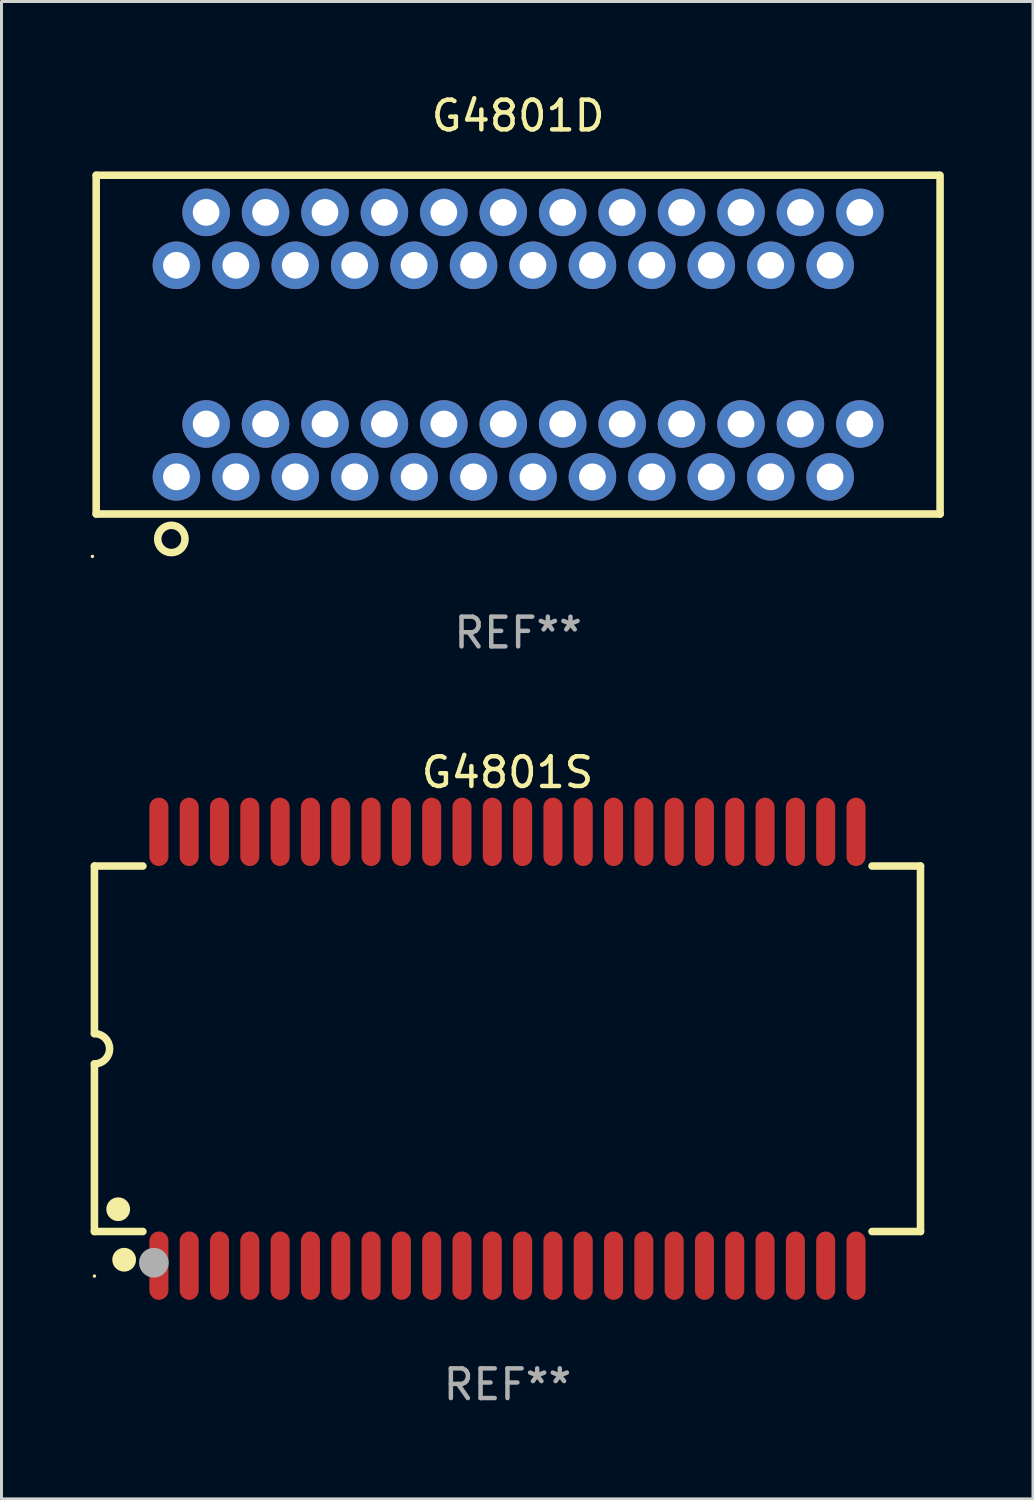
<source format=kicad_pcb>
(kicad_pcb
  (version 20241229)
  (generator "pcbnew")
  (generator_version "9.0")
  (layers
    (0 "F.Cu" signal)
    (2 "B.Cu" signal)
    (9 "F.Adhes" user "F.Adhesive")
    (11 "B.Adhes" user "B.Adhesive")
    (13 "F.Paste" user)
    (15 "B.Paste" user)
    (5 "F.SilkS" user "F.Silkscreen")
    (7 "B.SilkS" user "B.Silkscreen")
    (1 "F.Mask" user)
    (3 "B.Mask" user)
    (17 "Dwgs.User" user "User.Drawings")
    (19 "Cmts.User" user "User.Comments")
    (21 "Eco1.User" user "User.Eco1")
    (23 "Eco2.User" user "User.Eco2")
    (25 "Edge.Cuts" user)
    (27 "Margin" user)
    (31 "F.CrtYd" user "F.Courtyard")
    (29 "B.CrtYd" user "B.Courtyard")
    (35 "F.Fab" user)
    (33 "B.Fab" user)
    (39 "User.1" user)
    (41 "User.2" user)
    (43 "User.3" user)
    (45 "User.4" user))
  (footprint "G4801D"
    (layer "F.Cu")
    (at 14.387 8.548)
    (property "Reference" "G4801D" (at 0 -7.7 0) (layer "F.SilkS") (effects (font (size 1 1) (thickness 0.15))))
    (attr through_hole)
    (fp_line (start -14.2 -5.7) (end -14.2 5.7) (stroke (width 0.254) (type solid)) (layer "F.SilkS"))
    (fp_line (start -14.2 -5.7) (end 14.17 -5.7) (stroke (width 0.254) (type solid)) (layer "F.SilkS"))
    (fp_line (start -14.2 5.7) (end 14.2 5.7) (stroke (width 0.254) (type solid)) (layer "F.SilkS"))
    (fp_line (start 14.2 -5.7) (end 14.2 5.7) (stroke (width 0.254) (type solid)) (layer "F.SilkS"))
    (fp_circle (center -14.327 7.127) (end -14.297 7.127) (stroke (width 0.06) (type solid)) (fill no) (layer "F.SilkS"))
    (fp_circle (center -11.67 6.54) (end -11.21 6.54) (stroke (width 0.254) (type solid)) (fill no) (layer "F.SilkS"))
    (fp_text user "REF**" (at 0 9.7 0) (layer "F.Fab") (effects (font (size 1 1) (thickness 0.15))))
    (pad "1" thru_hole circle (at -11.5 4.45) (size 1.6 1.6) (drill 0.9) (layers "*.Cu" "*.Mask"))
    (pad "2" thru_hole circle (at -10.5 2.67) (size 1.6 1.6) (drill 0.9) (layers "*.Cu" "*.Mask"))
    (pad "3" thru_hole circle (at -9.5 4.45) (size 1.6 1.6) (drill 0.9) (layers "*.Cu" "*.Mask"))
    (pad "4" thru_hole circle (at -8.5 2.67) (size 1.6 1.6) (drill 0.9) (layers "*.Cu" "*.Mask"))
    (pad "5" thru_hole circle (at -7.5 4.45) (size 1.6 1.6) (drill 0.9) (layers "*.Cu" "*.Mask"))
    (pad "6" thru_hole circle (at -6.5 2.67) (size 1.6 1.6) (drill 0.9) (layers "*.Cu" "*.Mask"))
    (pad "7" thru_hole circle (at -5.5 4.45) (size 1.6 1.6) (drill 0.9) (layers "*.Cu" "*.Mask"))
    (pad "8" thru_hole circle (at -4.5 2.67) (size 1.6 1.6) (drill 0.9) (layers "*.Cu" "*.Mask"))
    (pad "9" thru_hole circle (at -3.5 4.45) (size 1.6 1.6) (drill 0.9) (layers "*.Cu" "*.Mask"))
    (pad "10" thru_hole circle (at -2.5 2.67) (size 1.6 1.6) (drill 0.9) (layers "*.Cu" "*.Mask"))
    (pad "11" thru_hole circle (at -1.5 4.45) (size 1.6 1.6) (drill 0.9) (layers "*.Cu" "*.Mask"))
    (pad "12" thru_hole circle (at -0.5 2.67) (size 1.6 1.6) (drill 0.9) (layers "*.Cu" "*.Mask"))
    (pad "13" thru_hole circle (at 0.5 4.45) (size 1.6 1.6) (drill 0.9) (layers "*.Cu" "*.Mask"))
    (pad "14" thru_hole circle (at 1.5 2.67) (size 1.6 1.6) (drill 0.9) (layers "*.Cu" "*.Mask"))
    (pad "15" thru_hole circle (at 2.5 4.45) (size 1.6 1.6) (drill 0.9) (layers "*.Cu" "*.Mask"))
    (pad "16" thru_hole circle (at 3.5 2.67) (size 1.6 1.6) (drill 0.9) (layers "*.Cu" "*.Mask"))
    (pad "17" thru_hole circle (at 4.5 4.45) (size 1.6 1.6) (drill 0.9) (layers "*.Cu" "*.Mask"))
    (pad "18" thru_hole circle (at 5.5 2.67) (size 1.6 1.6) (drill 0.9) (layers "*.Cu" "*.Mask"))
    (pad "19" thru_hole circle (at 6.5 4.45) (size 1.6 1.6) (drill 0.9) (layers "*.Cu" "*.Mask"))
    (pad "20" thru_hole circle (at 7.5 2.67) (size 1.6 1.6) (drill 0.9) (layers "*.Cu" "*.Mask"))
    (pad "21" thru_hole circle (at 8.5 4.45) (size 1.6 1.6) (drill 0.9) (layers "*.Cu" "*.Mask"))
    (pad "22" thru_hole circle (at 9.5 2.67) (size 1.6 1.6) (drill 0.9) (layers "*.Cu" "*.Mask"))
    (pad "23" thru_hole circle (at 10.5 4.45) (size 1.6 1.6) (drill 0.9) (layers "*.Cu" "*.Mask"))
    (pad "24" thru_hole circle (at 11.5 2.67) (size 1.6 1.6) (drill 0.9) (layers "*.Cu" "*.Mask"))
    (pad "25" thru_hole circle (at 11.5 -4.45) (size 1.6 1.6) (drill 0.9) (layers "*.Cu" "*.Mask"))
    (pad "26" thru_hole circle (at 10.5 -2.67) (size 1.6 1.6) (drill 0.9) (layers "*.Cu" "*.Mask"))
    (pad "27" thru_hole circle (at 9.5 -4.45) (size 1.6 1.6) (drill 0.9) (layers "*.Cu" "*.Mask"))
    (pad "28" thru_hole circle (at 8.5 -2.67) (size 1.6 1.6) (drill 0.9) (layers "*.Cu" "*.Mask"))
    (pad "29" thru_hole circle (at 7.5 -4.45) (size 1.6 1.6) (drill 0.9) (layers "*.Cu" "*.Mask"))
    (pad "30" thru_hole circle (at 6.5 -2.67) (size 1.6 1.6) (drill 0.9) (layers "*.Cu" "*.Mask"))
    (pad "31" thru_hole circle (at 5.5 -4.45) (size 1.6 1.6) (drill 0.9) (layers "*.Cu" "*.Mask"))
    (pad "32" thru_hole circle (at 4.5 -2.67) (size 1.6 1.6) (drill 0.9) (layers "*.Cu" "*.Mask"))
    (pad "33" thru_hole circle (at 3.5 -4.45) (size 1.6 1.6) (drill 0.9) (layers "*.Cu" "*.Mask"))
    (pad "34" thru_hole circle (at 2.5 -2.67) (size 1.6 1.6) (drill 0.9) (layers "*.Cu" "*.Mask"))
    (pad "35" thru_hole circle (at 1.5 -4.45) (size 1.6 1.6) (drill 0.9) (layers "*.Cu" "*.Mask"))
    (pad "36" thru_hole circle (at 0.5 -2.67) (size 1.6 1.6) (drill 0.9) (layers "*.Cu" "*.Mask"))
    (pad "37" thru_hole circle (at -0.5 -4.45) (size 1.6 1.6) (drill 0.9) (layers "*.Cu" "*.Mask"))
    (pad "38" thru_hole circle (at -1.5 -2.67) (size 1.6 1.6) (drill 0.9) (layers "*.Cu" "*.Mask"))
    (pad "39" thru_hole circle (at -2.5 -4.45) (size 1.6 1.6) (drill 0.9) (layers "*.Cu" "*.Mask"))
    (pad "40" thru_hole circle (at -3.5 -2.67) (size 1.6 1.6) (drill 0.9) (layers "*.Cu" "*.Mask"))
    (pad "41" thru_hole circle (at -4.5 -4.45) (size 1.6 1.6) (drill 0.9) (layers "*.Cu" "*.Mask"))
    (pad "42" thru_hole circle (at -5.5 -2.67) (size 1.6 1.6) (drill 0.9) (layers "*.Cu" "*.Mask"))
    (pad "43" thru_hole circle (at -6.5 -4.45) (size 1.6 1.6) (drill 0.9) (layers "*.Cu" "*.Mask"))
    (pad "44" thru_hole circle (at -7.5 -2.67) (size 1.6 1.6) (drill 0.9) (layers "*.Cu" "*.Mask"))
    (pad "45" thru_hole circle (at -8.5 -4.45) (size 1.6 1.6) (drill 0.9) (layers "*.Cu" "*.Mask"))
    (pad "46" thru_hole circle (at -9.5 -2.67) (size 1.6 1.6) (drill 0.9) (layers "*.Cu" "*.Mask"))
    (pad "47" thru_hole circle (at -10.5 -4.45) (size 1.6 1.6) (drill 0.9) (layers "*.Cu" "*.Mask"))
    (pad "48" thru_hole circle (at -11.5 -2.67) (size 1.6 1.6) (drill 0.9) (layers "*.Cu" "*.Mask")))
  (footprint "G4801S"
    (layer "F.Cu")
    (at 14.028 32.245)
    (property "Reference" "G4801S" (at 0 -9.3 0) (layer "F.SilkS") (effects (font (size 1 1) (thickness 0.15))))
    (attr through_hole)
    (fp_line (start -13.9 -6.15) (end -13.9 -0.51) (stroke (width 0.254) (type solid)) (layer "F.SilkS"))
    (fp_line (start -13.9 -6.15) (end -12.269 -6.15) (stroke (width 0.254) (type solid)) (layer "F.SilkS"))
    (fp_line (start -13.9 6.15) (end -13.9 0.51) (stroke (width 0.254) (type solid)) (layer "F.SilkS"))
    (fp_line (start -12.269 6.15) (end -13.9 6.15) (stroke (width 0.254) (type solid)) (layer "F.SilkS"))
    (fp_line (start 12.269 -6.15) (end 13.9 -6.15) (stroke (width 0.254) (type solid)) (layer "F.SilkS"))
    (fp_line (start 13.9 -6.15) (end 13.9 6.15) (stroke (width 0.254) (type solid)) (layer "F.SilkS"))
    (fp_line (start 13.9 6.15) (end 12.269 6.15) (stroke (width 0.254) (type solid)) (layer "F.SilkS"))
    (fp_arc (start -13.900535 -0.51016) (mid -13.390425 -0.000306) (end -13.900025 0.510058) (stroke (width 0.254001) (type solid)) (layer "F.SilkS"))
    (fp_circle (center -13.9 7.65) (end -13.87 7.65) (stroke (width 0.06) (type solid)) (fill no) (layer "F.SilkS"))
    (fp_circle (center -13.1 5.4) (end -12.9 5.4) (stroke (width 0.4) (type solid)) (fill no) (layer "F.SilkS"))
    (fp_circle (center -12.9 7.1) (end -12.7 7.1) (stroke (width 0.4) (type solid)) (fill no) (layer "F.SilkS"))
    (fp_circle (center -11.9 7.2) (end -11.65 7.2) (stroke (width 0.5) (type solid)) (fill no) (layer "F.Fab"))
    (fp_text user "REF**" (at 0 11.3 0) (layer "F.Fab") (effects (font (size 1 1) (thickness 0.15))))
    (pad "1" smd oval (at -11.73 7.3 90) (size 2.3 0.64) (layers "F.Cu" "F.Mask" "F.Paste"))
    (pad "2" smd oval (at -10.71 7.3 90) (size 2.3 0.64) (layers "F.Cu" "F.Mask" "F.Paste"))
    (pad "3" smd oval (at -9.69 7.3 90) (size 2.3 0.64) (layers "F.Cu" "F.Mask" "F.Paste"))
    (pad "4" smd oval (at -8.67 7.3 90) (size 2.3 0.64) (layers "F.Cu" "F.Mask" "F.Paste"))
    (pad "5" smd oval (at -7.65 7.3 90) (size 2.3 0.64) (layers "F.Cu" "F.Mask" "F.Paste"))
    (pad "6" smd oval (at -6.63 7.3 90) (size 2.3 0.64) (layers "F.Cu" "F.Mask" "F.Paste"))
    (pad "7" smd oval (at -5.61 7.3 90) (size 2.3 0.64) (layers "F.Cu" "F.Mask" "F.Paste"))
    (pad "8" smd oval (at -4.59 7.3 90) (size 2.3 0.64) (layers "F.Cu" "F.Mask" "F.Paste"))
    (pad "9" smd oval (at -3.57 7.3 90) (size 2.3 0.64) (layers "F.Cu" "F.Mask" "F.Paste"))
    (pad "10" smd oval (at -2.55 7.3 90) (size 2.3 0.64) (layers "F.Cu" "F.Mask" "F.Paste"))
    (pad "11" smd oval (at -1.53 7.3 90) (size 2.3 0.64) (layers "F.Cu" "F.Mask" "F.Paste"))
    (pad "12" smd oval (at -0.51 7.3 90) (size 2.3 0.64) (layers "F.Cu" "F.Mask" "F.Paste"))
    (pad "13" smd oval (at 0.51 7.3 90) (size 2.3 0.64) (layers "F.Cu" "F.Mask" "F.Paste"))
    (pad "14" smd oval (at 1.53 7.3 90) (size 2.3 0.64) (layers "F.Cu" "F.Mask" "F.Paste"))
    (pad "15" smd oval (at 2.55 7.3 90) (size 2.3 0.64) (layers "F.Cu" "F.Mask" "F.Paste"))
    (pad "16" smd oval (at 3.57 7.3 90) (size 2.3 0.64) (layers "F.Cu" "F.Mask" "F.Paste"))
    (pad "17" smd oval (at 4.59 7.3 90) (size 2.3 0.64) (layers "F.Cu" "F.Mask" "F.Paste"))
    (pad "18" smd oval (at 5.61 7.3 90) (size 2.3 0.64) (layers "F.Cu" "F.Mask" "F.Paste"))
    (pad "19" smd oval (at 6.63 7.3 90) (size 2.3 0.64) (layers "F.Cu" "F.Mask" "F.Paste"))
    (pad "20" smd oval (at 7.65 7.3 90) (size 2.3 0.64) (layers "F.Cu" "F.Mask" "F.Paste"))
    (pad "21" smd oval (at 8.67 7.3 90) (size 2.3 0.64) (layers "F.Cu" "F.Mask" "F.Paste"))
    (pad "22" smd oval (at 9.69 7.3 90) (size 2.3 0.64) (layers "F.Cu" "F.Mask" "F.Paste"))
    (pad "23" smd oval (at 10.71 7.3 90) (size 2.3 0.64) (layers "F.Cu" "F.Mask" "F.Paste"))
    (pad "24" smd oval (at 11.73 7.3 90) (size 2.3 0.64) (layers "F.Cu" "F.Mask" "F.Paste"))
    (pad "25" smd oval (at 11.73 -7.3 90) (size 2.3 0.64) (layers "F.Cu" "F.Mask" "F.Paste"))
    (pad "26" smd oval (at 10.71 -7.3 90) (size 2.3 0.64) (layers "F.Cu" "F.Mask" "F.Paste"))
    (pad "27" smd oval (at 9.69 -7.3 90) (size 2.3 0.64) (layers "F.Cu" "F.Mask" "F.Paste"))
    (pad "28" smd oval (at 8.67 -7.3 90) (size 2.3 0.64) (layers "F.Cu" "F.Mask" "F.Paste"))
    (pad "29" smd oval (at 7.65 -7.3 90) (size 2.3 0.64) (layers "F.Cu" "F.Mask" "F.Paste"))
    (pad "30" smd oval (at 6.63 -7.3 90) (size 2.3 0.64) (layers "F.Cu" "F.Mask" "F.Paste"))
    (pad "31" smd oval (at 5.61 -7.3 90) (size 2.3 0.64) (layers "F.Cu" "F.Mask" "F.Paste"))
    (pad "32" smd oval (at 4.59 -7.3 90) (size 2.3 0.64) (layers "F.Cu" "F.Mask" "F.Paste"))
    (pad "33" smd oval (at 3.57 -7.3 90) (size 2.3 0.64) (layers "F.Cu" "F.Mask" "F.Paste"))
    (pad "34" smd oval (at 2.55 -7.3 90) (size 2.3 0.64) (layers "F.Cu" "F.Mask" "F.Paste"))
    (pad "35" smd oval (at 1.53 -7.3 90) (size 2.3 0.64) (layers "F.Cu" "F.Mask" "F.Paste"))
    (pad "36" smd oval (at 0.51 -7.3 90) (size 2.3 0.64) (layers "F.Cu" "F.Mask" "F.Paste"))
    (pad "37" smd oval (at -0.51 -7.3 90) (size 2.3 0.64) (layers "F.Cu" "F.Mask" "F.Paste"))
    (pad "38" smd oval (at -1.53 -7.3 90) (size 2.3 0.64) (layers "F.Cu" "F.Mask" "F.Paste"))
    (pad "39" smd oval (at -2.55 -7.3 90) (size 2.3 0.64) (layers "F.Cu" "F.Mask" "F.Paste"))
    (pad "40" smd oval (at -3.57 -7.3 90) (size 2.3 0.64) (layers "F.Cu" "F.Mask" "F.Paste"))
    (pad "41" smd oval (at -4.59 -7.3 90) (size 2.3 0.64) (layers "F.Cu" "F.Mask" "F.Paste"))
    (pad "42" smd oval (at -5.61 -7.3 90) (size 2.3 0.64) (layers "F.Cu" "F.Mask" "F.Paste"))
    (pad "43" smd oval (at -6.63 -7.3 90) (size 2.3 0.64) (layers "F.Cu" "F.Mask" "F.Paste"))
    (pad "44" smd oval (at -7.65 -7.3 90) (size 2.3 0.64) (layers "F.Cu" "F.Mask" "F.Paste"))
    (pad "45" smd oval (at -8.67 -7.3 90) (size 2.3 0.64) (layers "F.Cu" "F.Mask" "F.Paste"))
    (pad "46" smd oval (at -9.69 -7.3 90) (size 2.3 0.64) (layers "F.Cu" "F.Mask" "F.Paste"))
    (pad "47" smd oval (at -10.71 -7.3 90) (size 2.3 0.64) (layers "F.Cu" "F.Mask" "F.Paste"))
    (pad "48" smd oval (at -11.73 -7.3 90) (size 2.3 0.64) (layers "F.Cu" "F.Mask" "F.Paste")))
  (gr_rect
    (start -3 -3)
    (end 31.714 47.393)
    (stroke (width 0.1) (type default))
    (fill no)
    (layer "Edge.Cuts")))
</source>
